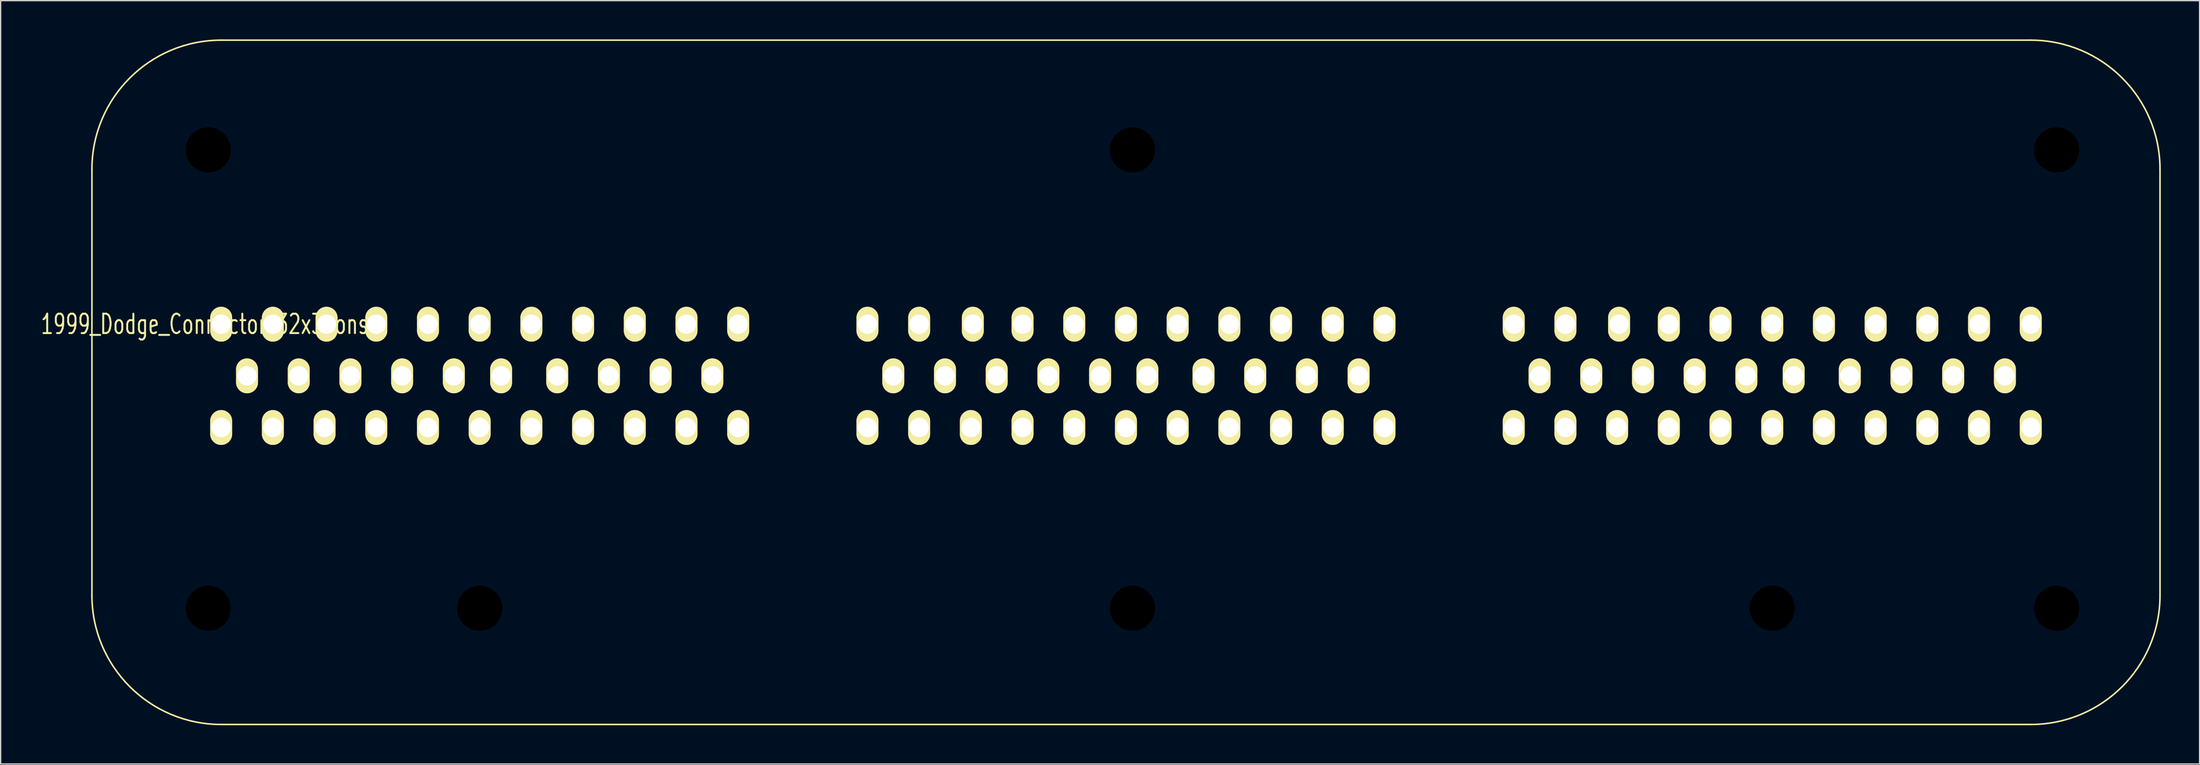
<source format=kicad_pcb>
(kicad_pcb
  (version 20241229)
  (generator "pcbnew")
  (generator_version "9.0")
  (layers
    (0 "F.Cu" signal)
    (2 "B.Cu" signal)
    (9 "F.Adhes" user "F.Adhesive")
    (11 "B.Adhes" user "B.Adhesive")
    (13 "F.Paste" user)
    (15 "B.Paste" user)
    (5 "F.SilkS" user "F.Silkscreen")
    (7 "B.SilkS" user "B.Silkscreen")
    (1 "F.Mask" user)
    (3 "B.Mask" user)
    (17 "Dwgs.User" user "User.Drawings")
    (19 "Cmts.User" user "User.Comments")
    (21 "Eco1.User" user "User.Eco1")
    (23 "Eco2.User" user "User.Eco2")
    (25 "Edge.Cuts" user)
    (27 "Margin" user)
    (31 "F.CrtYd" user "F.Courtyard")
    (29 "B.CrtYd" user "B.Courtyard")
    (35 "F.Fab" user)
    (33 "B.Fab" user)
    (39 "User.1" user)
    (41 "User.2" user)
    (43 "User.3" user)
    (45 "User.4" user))
  (footprint "1999_Dodge_Connector_32x3cons"
    (layer "F.Cu")
    (at 14.062 22.06)
    (property "Reference" "1999_Dodge_Connector_32x3cons" (at -1.27 0 0) (layer "F.SilkS") (effects (font (size 1.5 1) (thickness 0.15))))
    (attr through_hole)
    (fp_line (start -10 -12) (end -10 21) (stroke (width 0.12) (type solid)) (layer "F.SilkS"))
    (fp_line (start 0 -22) (end 140 -22) (stroke (width 0.12) (type solid)) (layer "F.SilkS"))
    (fp_line (start 0 31) (end 140 31) (stroke (width 0.12) (type solid)) (layer "F.SilkS"))
    (fp_line (start 150 -12) (end 150 21) (stroke (width 0.12) (type solid)) (layer "F.SilkS"))
    (fp_arc (start -10 -12) (mid -7.071068 -19.071068) (end 0 -22) (stroke (width 0.12) (type solid)) (layer "F.SilkS"))
    (fp_arc (start 0 31) (mid -7.071068 28.071068) (end -10 21) (stroke (width 0.12) (type solid)) (layer "F.SilkS"))
    (fp_arc (start 140 -22) (mid 147.071068 -19.071068) (end 150 -12) (stroke (width 0.12) (type solid)) (layer "F.SilkS"))
    (fp_arc (start 150 21) (mid 147.071068 28.071068) (end 140 31) (stroke (width 0.12) (type solid)) (layer "F.SilkS"))
    (pad "" np_thru_hole circle (at -1 -13.5) (size 4 4) (drill 3.5) (layers "*.Mask"))
    (pad "" np_thru_hole circle (at -1 22) (size 4 4) (drill 3.5) (layers "*.Mask"))
    (pad "" np_thru_hole circle (at 20 22) (size 4 4) (drill 3.5) (layers "*.Mask"))
    (pad "" np_thru_hole circle (at 70.5 -13.5) (size 4 4) (drill 3.5) (layers "*.Mask"))
    (pad "" np_thru_hole circle (at 70.5 22) (size 4 4) (drill 3.5) (layers "*.Mask"))
    (pad "" np_thru_hole circle (at 120 22) (size 4 4) (drill 3.5) (layers "*.Mask"))
    (pad "" np_thru_hole circle (at 142 -13.5) (size 4 4) (drill 3.5) (layers "*.Mask"))
    (pad "" np_thru_hole circle (at 142 22) (size 4 4) (drill 3.5) (layers "*.Mask"))
    (pad "c1-1" thru_hole oval (at 0 0) (size 1.7 2.7) (drill 1.5) (layers "*.Cu" "*.Mask" "F.SilkS"))
    (pad "c1-2" thru_hole oval (at 4 0) (size 1.7 2.7) (drill 1.5) (layers "*.Cu" "*.Mask" "F.SilkS"))
    (pad "c1-3" thru_hole oval (at 8.15 0) (size 1.7 2.7) (drill 1.5) (layers "*.Cu" "*.Mask" "F.SilkS"))
    (pad "c1-4" thru_hole oval (at 12 0) (size 1.7 2.7) (drill 1.5) (layers "*.Cu" "*.Mask" "F.SilkS"))
    (pad "c1-5" thru_hole oval (at 16 0) (size 1.7 2.7) (drill 1.5) (layers "*.Cu" "*.Mask" "F.SilkS"))
    (pad "c1-6" thru_hole oval (at 20 0) (size 1.7 2.7) (drill 1.5) (layers "*.Cu" "*.Mask" "F.SilkS"))
    (pad "c1-7" thru_hole oval (at 24 0) (size 1.7 2.7) (drill 1.5) (layers "*.Cu" "*.Mask" "F.SilkS"))
    (pad "c1-8" thru_hole oval (at 28 0) (size 1.7 2.7) (drill 1.5) (layers "*.Cu" "*.Mask" "F.SilkS"))
    (pad "c1-9" thru_hole oval (at 32 0) (size 1.7 2.7) (drill 1.5) (layers "*.Cu" "*.Mask" "F.SilkS"))
    (pad "c1-10" thru_hole oval (at 36 0) (size 1.7 2.7) (drill 1.5) (layers "*.Cu" "*.Mask" "F.SilkS"))
    (pad "c1-11" thru_hole oval (at 40 0) (size 1.7 2.7) (drill 1.5) (layers "*.Cu" "*.Mask" "F.SilkS"))
    (pad "c1-12" thru_hole oval (at 2 4) (size 1.7 2.7) (drill 1.5) (layers "*.Cu" "*.Mask" "F.SilkS"))
    (pad "c1-13" thru_hole oval (at 6 4) (size 1.7 2.7) (drill 1.5) (layers "*.Cu" "*.Mask" "F.SilkS"))
    (pad "c1-14" thru_hole oval (at 10 4) (size 1.7 2.7) (drill 1.5) (layers "*.Cu" "*.Mask" "F.SilkS"))
    (pad "c1-15" thru_hole oval (at 14 4) (size 1.7 2.7) (drill 1.5) (layers "*.Cu" "*.Mask" "F.SilkS"))
    (pad "c1-16" thru_hole oval (at 18 4) (size 1.7 2.7) (drill 1.5) (layers "*.Cu" "*.Mask" "F.SilkS"))
    (pad "c1-17" thru_hole oval (at 21.658 4) (size 1.7 2.7) (drill 1.5) (layers "*.Cu" "*.Mask" "F.SilkS"))
    (pad "c1-18" thru_hole oval (at 26 4) (size 1.7 2.7) (drill 1.5) (layers "*.Cu" "*.Mask" "F.SilkS"))
    (pad "c1-19" thru_hole oval (at 30 4) (size 1.7 2.7) (drill 1.5) (layers "*.Cu" "*.Mask" "F.SilkS"))
    (pad "c1-20" thru_hole oval (at 34 4) (size 1.7 2.7) (drill 1.5) (layers "*.Cu" "*.Mask" "F.SilkS"))
    (pad "c1-21" thru_hole oval (at 38 4) (size 1.7 2.7) (drill 1.5) (layers "*.Cu" "*.Mask" "F.SilkS"))
    (pad "c1-22" thru_hole oval (at 0 8) (size 1.7 2.7) (drill 1.5) (layers "*.Cu" "*.Mask" "F.SilkS"))
    (pad "c1-23" thru_hole oval (at 4 8) (size 1.7 2.7) (drill 1.5) (layers "*.Cu" "*.Mask" "F.SilkS"))
    (pad "c1-24" thru_hole oval (at 8 8) (size 1.7 2.7) (drill 1.5) (layers "*.Cu" "*.Mask" "F.SilkS"))
    (pad "c1-25" thru_hole oval (at 12 8) (size 1.7 2.7) (drill 1.5) (layers "*.Cu" "*.Mask" "F.SilkS"))
    (pad "c1-26" thru_hole oval (at 16 8) (size 1.7 2.7) (drill 1.5) (layers "*.Cu" "*.Mask" "F.SilkS"))
    (pad "c1-27" thru_hole oval (at 20 8) (size 1.7 2.7) (drill 1.5) (layers "*.Cu" "*.Mask" "F.SilkS"))
    (pad "c1-28" thru_hole oval (at 24 8) (size 1.7 2.7) (drill 1.5) (layers "*.Cu" "*.Mask" "F.SilkS"))
    (pad "c1-29" thru_hole oval (at 28 8) (size 1.7 2.7) (drill 1.5) (layers "*.Cu" "*.Mask" "F.SilkS"))
    (pad "c1-30" thru_hole oval (at 32 8) (size 1.7 2.7) (drill 1.5) (layers "*.Cu" "*.Mask" "F.SilkS"))
    (pad "c1-31" thru_hole oval (at 36 8) (size 1.7 2.7) (drill 1.5) (layers "*.Cu" "*.Mask" "F.SilkS"))
    (pad "c1-32" thru_hole oval (at 40 8) (size 1.7 2.7) (drill 1.5) (layers "*.Cu" "*.Mask" "F.SilkS"))
    (pad "c2-1" thru_hole oval (at 50 0) (size 1.7 2.7) (drill 1.5) (layers "*.Cu" "*.Mask" "F.SilkS"))
    (pad "c2-2" thru_hole oval (at 54 0) (size 1.7 2.7) (drill 1.5) (layers "*.Cu" "*.Mask" "F.SilkS"))
    (pad "c2-3" thru_hole oval (at 58.15 0) (size 1.7 2.7) (drill 1.5) (layers "*.Cu" "*.Mask" "F.SilkS"))
    (pad "c2-4" thru_hole oval (at 62 0) (size 1.7 2.7) (drill 1.5) (layers "*.Cu" "*.Mask" "F.SilkS"))
    (pad "c2-5" thru_hole oval (at 66 0) (size 1.7 2.7) (drill 1.5) (layers "*.Cu" "*.Mask" "F.SilkS"))
    (pad "c2-6" thru_hole oval (at 70 0) (size 1.7 2.7) (drill 1.5) (layers "*.Cu" "*.Mask" "F.SilkS"))
    (pad "c2-7" thru_hole oval (at 74 0) (size 1.7 2.7) (drill 1.5) (layers "*.Cu" "*.Mask" "F.SilkS"))
    (pad "c2-8" thru_hole oval (at 78 0) (size 1.7 2.7) (drill 1.5) (layers "*.Cu" "*.Mask" "F.SilkS"))
    (pad "c2-9" thru_hole oval (at 82 0) (size 1.7 2.7) (drill 1.5) (layers "*.Cu" "*.Mask" "F.SilkS"))
    (pad "c2-10" thru_hole oval (at 86 0) (size 1.7 2.7) (drill 1.5) (layers "*.Cu" "*.Mask" "F.SilkS"))
    (pad "c2-11" thru_hole oval (at 90 0) (size 1.7 2.7) (drill 1.5) (layers "*.Cu" "*.Mask" "F.SilkS"))
    (pad "c2-12" thru_hole oval (at 52 4) (size 1.7 2.7) (drill 1.5) (layers "*.Cu" "*.Mask" "F.SilkS"))
    (pad "c2-13" thru_hole oval (at 56 4) (size 1.7 2.7) (drill 1.5) (layers "*.Cu" "*.Mask" "F.SilkS"))
    (pad "c2-14" thru_hole oval (at 60 4) (size 1.7 2.7) (drill 1.5) (layers "*.Cu" "*.Mask" "F.SilkS"))
    (pad "c2-15" thru_hole oval (at 64 4) (size 1.7 2.7) (drill 1.5) (layers "*.Cu" "*.Mask" "F.SilkS"))
    (pad "c2-16" thru_hole oval (at 68 4) (size 1.7 2.7) (drill 1.5) (layers "*.Cu" "*.Mask" "F.SilkS"))
    (pad "c2-17" thru_hole oval (at 71.658 4) (size 1.7 2.7) (drill 1.5) (layers "*.Cu" "*.Mask" "F.SilkS"))
    (pad "c2-18" thru_hole oval (at 76 4) (size 1.7 2.7) (drill 1.5) (layers "*.Cu" "*.Mask" "F.SilkS"))
    (pad "c2-19" thru_hole oval (at 80 4) (size 1.7 2.7) (drill 1.5) (layers "*.Cu" "*.Mask" "F.SilkS"))
    (pad "c2-20" thru_hole oval (at 84 4) (size 1.7 2.7) (drill 1.5) (layers "*.Cu" "*.Mask" "F.SilkS"))
    (pad "c2-21" thru_hole oval (at 88 4) (size 1.7 2.7) (drill 1.5) (layers "*.Cu" "*.Mask" "F.SilkS"))
    (pad "c2-22" thru_hole oval (at 50 8) (size 1.7 2.7) (drill 1.5) (layers "*.Cu" "*.Mask" "F.SilkS"))
    (pad "c2-23" thru_hole oval (at 54 8) (size 1.7 2.7) (drill 1.5) (layers "*.Cu" "*.Mask" "F.SilkS"))
    (pad "c2-24" thru_hole oval (at 58 8) (size 1.7 2.7) (drill 1.5) (layers "*.Cu" "*.Mask" "F.SilkS"))
    (pad "c2-25" thru_hole oval (at 62 8) (size 1.7 2.7) (drill 1.5) (layers "*.Cu" "*.Mask" "F.SilkS"))
    (pad "c2-26" thru_hole oval (at 66 8) (size 1.7 2.7) (drill 1.5) (layers "*.Cu" "*.Mask" "F.SilkS"))
    (pad "c2-27" thru_hole oval (at 70 8) (size 1.7 2.7) (drill 1.5) (layers "*.Cu" "*.Mask" "F.SilkS"))
    (pad "c2-28" thru_hole oval (at 74 8) (size 1.7 2.7) (drill 1.5) (layers "*.Cu" "*.Mask" "F.SilkS"))
    (pad "c2-29" thru_hole oval (at 78 8) (size 1.7 2.7) (drill 1.5) (layers "*.Cu" "*.Mask" "F.SilkS"))
    (pad "c2-30" thru_hole oval (at 82 8) (size 1.7 2.7) (drill 1.5) (layers "*.Cu" "*.Mask" "F.SilkS"))
    (pad "c2-31" thru_hole oval (at 86 8) (size 1.7 2.7) (drill 1.5) (layers "*.Cu" "*.Mask" "F.SilkS"))
    (pad "c2-32" thru_hole oval (at 90 8) (size 1.7 2.7) (drill 1.5) (layers "*.Cu" "*.Mask" "F.SilkS"))
    (pad "c3-1" thru_hole oval (at 100 0) (size 1.7 2.7) (drill 1.5) (layers "*.Cu" "*.Mask" "F.SilkS"))
    (pad "c3-2" thru_hole oval (at 104 0) (size 1.7 2.7) (drill 1.5) (layers "*.Cu" "*.Mask" "F.SilkS"))
    (pad "c3-3" thru_hole oval (at 108.15 0) (size 1.7 2.7) (drill 1.5) (layers "*.Cu" "*.Mask" "F.SilkS"))
    (pad "c3-4" thru_hole oval (at 112 0) (size 1.7 2.7) (drill 1.5) (layers "*.Cu" "*.Mask" "F.SilkS"))
    (pad "c3-5" thru_hole oval (at 116 0) (size 1.7 2.7) (drill 1.5) (layers "*.Cu" "*.Mask" "F.SilkS"))
    (pad "c3-6" thru_hole oval (at 120 0) (size 1.7 2.7) (drill 1.5) (layers "*.Cu" "*.Mask" "F.SilkS"))
    (pad "c3-7" thru_hole oval (at 124 0) (size 1.7 2.7) (drill 1.5) (layers "*.Cu" "*.Mask" "F.SilkS"))
    (pad "c3-8" thru_hole oval (at 128 0) (size 1.7 2.7) (drill 1.5) (layers "*.Cu" "*.Mask" "F.SilkS"))
    (pad "c3-9" thru_hole oval (at 132 0) (size 1.7 2.7) (drill 1.5) (layers "*.Cu" "*.Mask" "F.SilkS"))
    (pad "c3-10" thru_hole oval (at 136 0) (size 1.7 2.7) (drill 1.5) (layers "*.Cu" "*.Mask" "F.SilkS"))
    (pad "c3-11" thru_hole oval (at 140 0) (size 1.7 2.7) (drill 1.5) (layers "*.Cu" "*.Mask" "F.SilkS"))
    (pad "c3-12" thru_hole oval (at 102 4) (size 1.7 2.7) (drill 1.5) (layers "*.Cu" "*.Mask" "F.SilkS"))
    (pad "c3-13" thru_hole oval (at 106 4) (size 1.7 2.7) (drill 1.5) (layers "*.Cu" "*.Mask" "F.SilkS"))
    (pad "c3-14" thru_hole oval (at 110 4) (size 1.7 2.7) (drill 1.5) (layers "*.Cu" "*.Mask" "F.SilkS"))
    (pad "c3-15" thru_hole oval (at 114 4) (size 1.7 2.7) (drill 1.5) (layers "*.Cu" "*.Mask" "F.SilkS"))
    (pad "c3-16" thru_hole oval (at 118 4) (size 1.7 2.7) (drill 1.5) (layers "*.Cu" "*.Mask" "F.SilkS"))
    (pad "c3-17" thru_hole oval (at 121.658 4) (size 1.7 2.7) (drill 1.5) (layers "*.Cu" "*.Mask" "F.SilkS"))
    (pad "c3-18" thru_hole oval (at 126 4) (size 1.7 2.7) (drill 1.5) (layers "*.Cu" "*.Mask" "F.SilkS"))
    (pad "c3-19" thru_hole oval (at 130 4) (size 1.7 2.7) (drill 1.5) (layers "*.Cu" "*.Mask" "F.SilkS"))
    (pad "c3-20" thru_hole oval (at 134 4) (size 1.7 2.7) (drill 1.5) (layers "*.Cu" "*.Mask" "F.SilkS"))
    (pad "c3-21" thru_hole oval (at 138 4) (size 1.7 2.7) (drill 1.5) (layers "*.Cu" "*.Mask" "F.SilkS"))
    (pad "c3-22" thru_hole oval (at 100 8) (size 1.7 2.7) (drill 1.5) (layers "*.Cu" "*.Mask" "F.SilkS"))
    (pad "c3-23" thru_hole oval (at 104 8) (size 1.7 2.7) (drill 1.5) (layers "*.Cu" "*.Mask" "F.SilkS"))
    (pad "c3-24" thru_hole oval (at 108 8) (size 1.7 2.7) (drill 1.5) (layers "*.Cu" "*.Mask" "F.SilkS"))
    (pad "c3-25" thru_hole oval (at 112 8) (size 1.7 2.7) (drill 1.5) (layers "*.Cu" "*.Mask" "F.SilkS"))
    (pad "c3-26" thru_hole oval (at 116 8) (size 1.7 2.7) (drill 1.5) (layers "*.Cu" "*.Mask" "F.SilkS"))
    (pad "c3-27" thru_hole oval (at 120 8) (size 1.7 2.7) (drill 1.5) (layers "*.Cu" "*.Mask" "F.SilkS"))
    (pad "c3-28" thru_hole oval (at 124 8) (size 1.7 2.7) (drill 1.5) (layers "*.Cu" "*.Mask" "F.SilkS"))
    (pad "c3-29" thru_hole oval (at 128 8) (size 1.7 2.7) (drill 1.5) (layers "*.Cu" "*.Mask" "F.SilkS"))
    (pad "c3-30" thru_hole oval (at 132 8) (size 1.7 2.7) (drill 1.5) (layers "*.Cu" "*.Mask" "F.SilkS"))
    (pad "c3-31" thru_hole oval (at 136 8) (size 1.7 2.7) (drill 1.5) (layers "*.Cu" "*.Mask" "F.SilkS"))
    (pad "c3-32" thru_hole oval (at 140 8) (size 1.7 2.7) (drill 1.5) (layers "*.Cu" "*.Mask" "F.SilkS")))
  (gr_rect
    (start -3 -3)
    (end 167.122 56.12)
    (stroke (width 0.1) (type default))
    (fill no)
    (layer "Edge.Cuts")))
</source>
